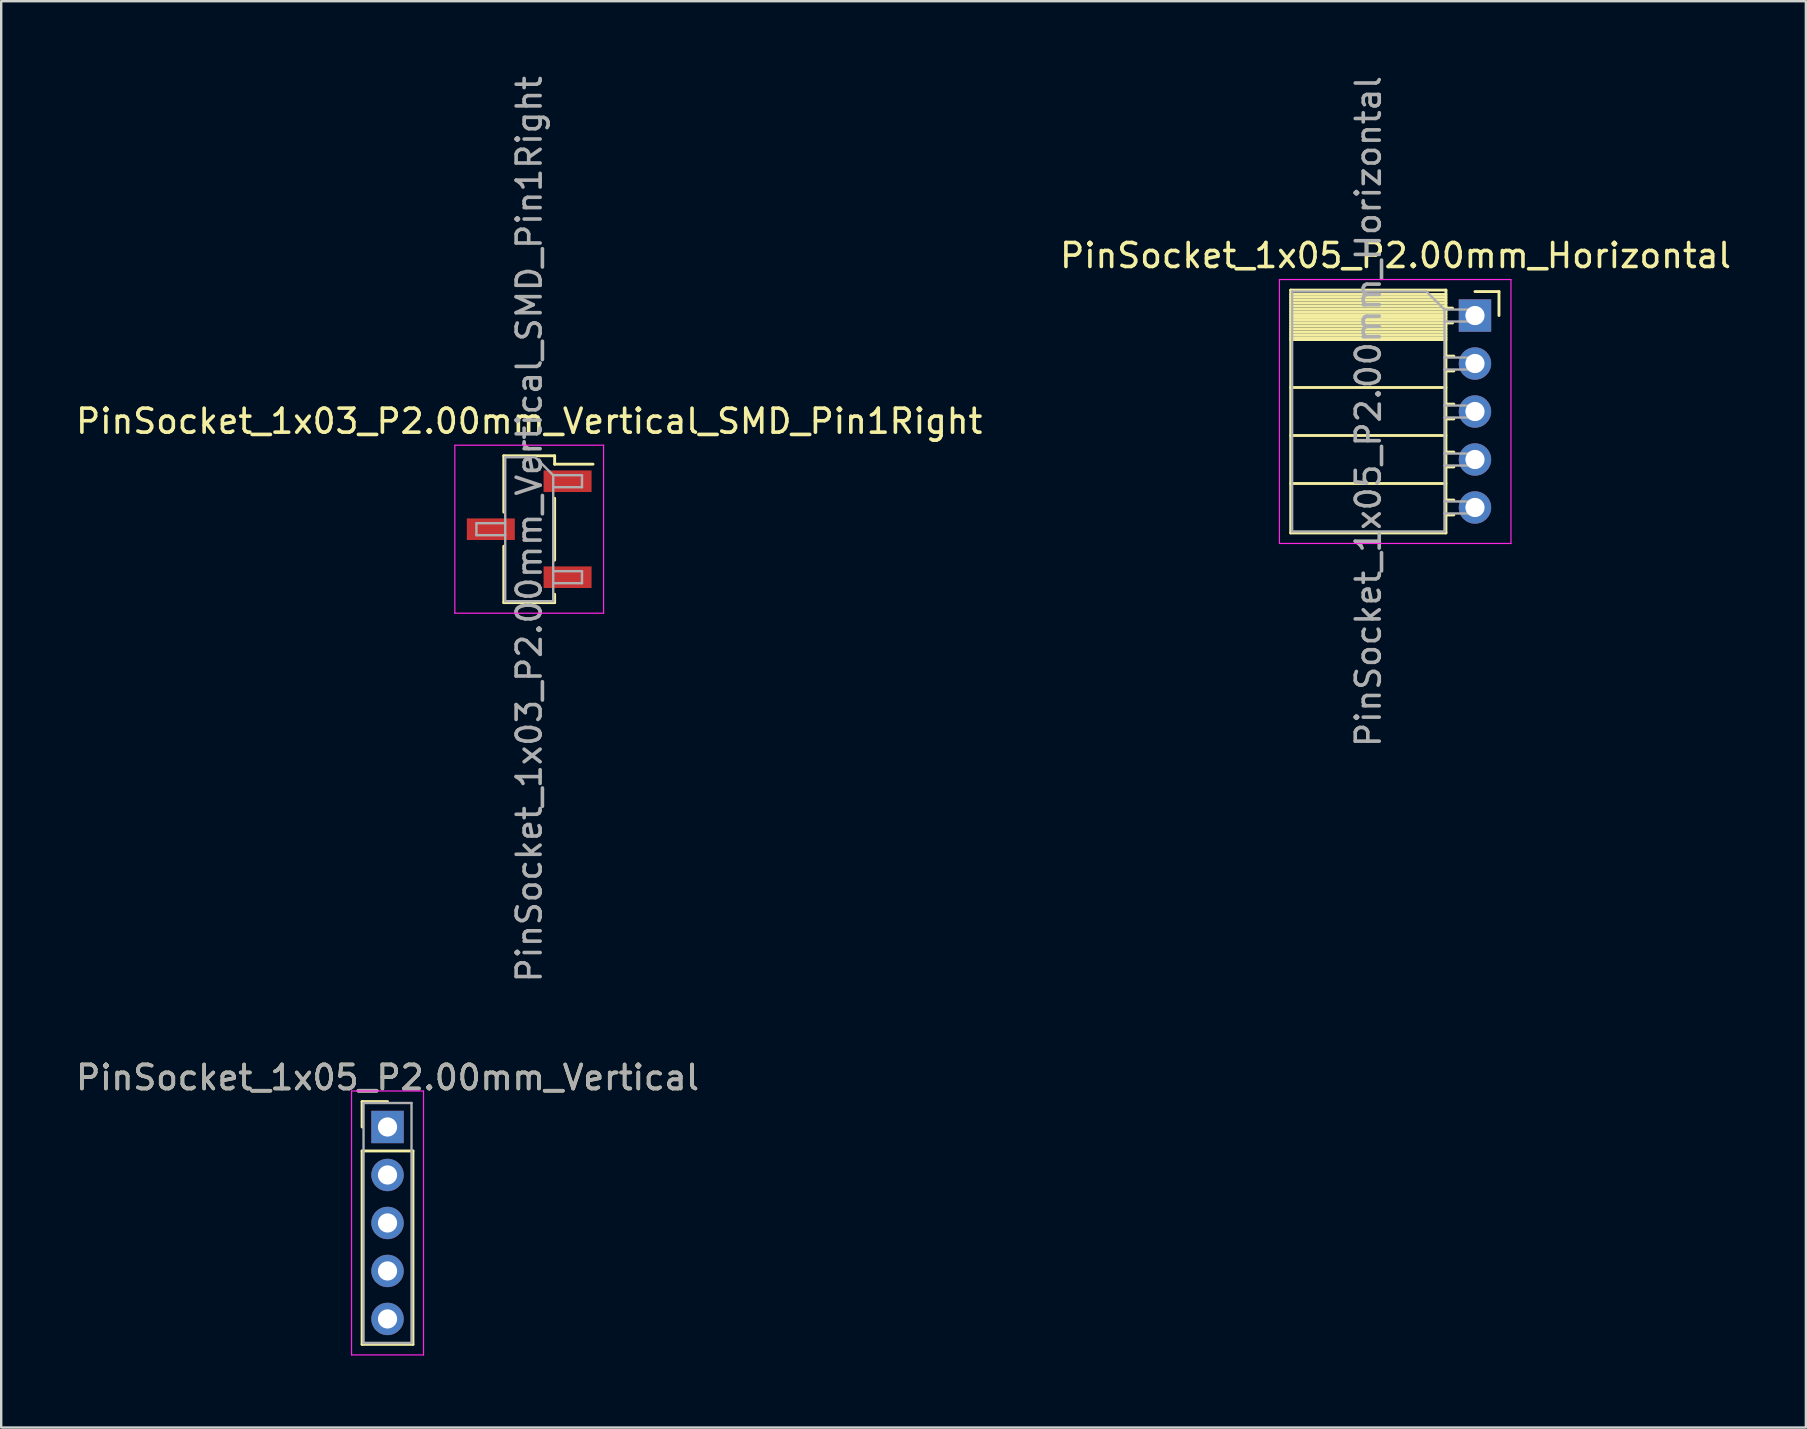
<source format=kicad_pcb>
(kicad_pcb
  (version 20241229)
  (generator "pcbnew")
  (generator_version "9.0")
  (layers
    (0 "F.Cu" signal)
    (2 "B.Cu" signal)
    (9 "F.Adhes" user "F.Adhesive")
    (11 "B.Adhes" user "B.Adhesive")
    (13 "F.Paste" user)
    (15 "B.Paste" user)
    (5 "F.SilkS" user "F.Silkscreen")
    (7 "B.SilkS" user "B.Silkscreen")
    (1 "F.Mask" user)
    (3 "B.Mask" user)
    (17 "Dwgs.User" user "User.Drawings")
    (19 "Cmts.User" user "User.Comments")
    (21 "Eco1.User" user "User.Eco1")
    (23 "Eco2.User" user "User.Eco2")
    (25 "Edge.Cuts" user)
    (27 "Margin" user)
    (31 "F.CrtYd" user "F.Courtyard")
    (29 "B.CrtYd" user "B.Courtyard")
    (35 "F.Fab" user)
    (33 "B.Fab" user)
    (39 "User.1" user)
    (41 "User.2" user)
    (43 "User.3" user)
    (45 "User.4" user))
  (footprint "PinSocket_1x05_P2.00mm_Horizontal"
    (layer "F.Cu")
    (at 58.423 10.101)
    (property "Reference" "PinSocket_1x05_P2.00mm_Horizontal" (at -3.31 -2.5 0) (layer "F.SilkS") (effects (font (size 1 1) (thickness 0.15))))
    (attr through_hole)
    (fp_line (start -7.68 -1.06) (end -7.68 9.06) (stroke (width 0.12) (type solid)) (layer "F.SilkS"))
    (fp_line (start -7.68 -1.06) (end -1.21 -1.06) (stroke (width 0.12) (type solid)) (layer "F.SilkS"))
    (fp_line (start -7.68 -0.88) (end -1.21 -0.88) (stroke (width 0.12) (type solid)) (layer "F.SilkS"))
    (fp_line (start -7.68 -0.76) (end -1.21 -0.76) (stroke (width 0.12) (type solid)) (layer "F.SilkS"))
    (fp_line (start -7.68 -0.64) (end -1.21 -0.64) (stroke (width 0.12) (type solid)) (layer "F.SilkS"))
    (fp_line (start -7.68 -0.52) (end -1.21 -0.52) (stroke (width 0.12) (type solid)) (layer "F.SilkS"))
    (fp_line (start -7.68 -0.4) (end -1.21 -0.4) (stroke (width 0.12) (type solid)) (layer "F.SilkS"))
    (fp_line (start -7.68 -0.28) (end -1.21 -0.28) (stroke (width 0.12) (type solid)) (layer "F.SilkS"))
    (fp_line (start -7.68 -0.16) (end -1.21 -0.16) (stroke (width 0.12) (type solid)) (layer "F.SilkS"))
    (fp_line (start -7.68 -0.04) (end -1.21 -0.04) (stroke (width 0.12) (type solid)) (layer "F.SilkS"))
    (fp_line (start -7.68 0.08) (end -1.21 0.08) (stroke (width 0.12) (type solid)) (layer "F.SilkS"))
    (fp_line (start -7.68 0.2) (end -1.21 0.2) (stroke (width 0.12) (type solid)) (layer "F.SilkS"))
    (fp_line (start -7.68 0.32) (end -1.21 0.32) (stroke (width 0.12) (type solid)) (layer "F.SilkS"))
    (fp_line (start -7.68 0.44) (end -1.21 0.44) (stroke (width 0.12) (type solid)) (layer "F.SilkS"))
    (fp_line (start -7.68 0.56) (end -1.21 0.56) (stroke (width 0.12) (type solid)) (layer "F.SilkS"))
    (fp_line (start -7.68 0.68) (end -1.21 0.68) (stroke (width 0.12) (type solid)) (layer "F.SilkS"))
    (fp_line (start -7.68 0.8) (end -1.21 0.8) (stroke (width 0.12) (type solid)) (layer "F.SilkS"))
    (fp_line (start -7.68 0.92) (end -1.21 0.92) (stroke (width 0.12) (type solid)) (layer "F.SilkS"))
    (fp_line (start -7.68 1) (end -1.21 1) (stroke (width 0.12) (type solid)) (layer "F.SilkS"))
    (fp_line (start -7.68 3) (end -1.21 3) (stroke (width 0.12) (type solid)) (layer "F.SilkS"))
    (fp_line (start -7.68 5) (end -1.21 5) (stroke (width 0.12) (type solid)) (layer "F.SilkS"))
    (fp_line (start -7.68 7) (end -1.21 7) (stroke (width 0.12) (type solid)) (layer "F.SilkS"))
    (fp_line (start -7.68 9.06) (end -1.21 9.06) (stroke (width 0.12) (type solid)) (layer "F.SilkS"))
    (fp_line (start -1.21 -1.06) (end -1.21 9.06) (stroke (width 0.12) (type solid)) (layer "F.SilkS"))
    (fp_line (start -1.21 -0.31) (end -0.935 -0.31) (stroke (width 0.12) (type solid)) (layer "F.SilkS"))
    (fp_line (start -1.21 0.31) (end -0.935 0.31) (stroke (width 0.12) (type solid)) (layer "F.SilkS"))
    (fp_line (start -1.21 1.69) (end -0.882 1.69) (stroke (width 0.12) (type solid)) (layer "F.SilkS"))
    (fp_line (start -1.21 2.31) (end -0.882 2.31) (stroke (width 0.12) (type solid)) (layer "F.SilkS"))
    (fp_line (start -1.21 3.69) (end -0.882 3.69) (stroke (width 0.12) (type solid)) (layer "F.SilkS"))
    (fp_line (start -1.21 4.31) (end -0.882 4.31) (stroke (width 0.12) (type solid)) (layer "F.SilkS"))
    (fp_line (start -1.21 5.69) (end -0.882 5.69) (stroke (width 0.12) (type solid)) (layer "F.SilkS"))
    (fp_line (start -1.21 6.31) (end -0.882 6.31) (stroke (width 0.12) (type solid)) (layer "F.SilkS"))
    (fp_line (start -1.21 7.69) (end -0.882 7.69) (stroke (width 0.12) (type solid)) (layer "F.SilkS"))
    (fp_line (start -1.21 8.31) (end -0.882 8.31) (stroke (width 0.12) (type solid)) (layer "F.SilkS"))
    (fp_line (start 0 -1) (end 1 -1) (stroke (width 0.12) (type solid)) (layer "F.SilkS"))
    (fp_line (start 1 -1) (end 1 0) (stroke (width 0.12) (type solid)) (layer "F.SilkS"))
    (fp_line (start -8.15 -1.5) (end -8.15 9.5) (stroke (width 0.05) (type solid)) (layer "F.CrtYd"))
    (fp_line (start -8.15 9.5) (end 1.5 9.5) (stroke (width 0.05) (type solid)) (layer "F.CrtYd"))
    (fp_line (start 1.5 -1.5) (end -8.15 -1.5) (stroke (width 0.05) (type solid)) (layer "F.CrtYd"))
    (fp_line (start 1.5 9.5) (end 1.5 -1.5) (stroke (width 0.05) (type solid)) (layer "F.CrtYd"))
    (fp_line (start -7.62 -1) (end -2.02 -1) (stroke (width 0.1) (type solid)) (layer "F.Fab"))
    (fp_line (start -7.62 9) (end -7.62 -1) (stroke (width 0.1) (type solid)) (layer "F.Fab"))
    (fp_line (start -2.02 -1) (end -1.27 -0.25) (stroke (width 0.1) (type solid)) (layer "F.Fab"))
    (fp_line (start -1.27 -0.25) (end -1.27 9) (stroke (width 0.1) (type solid)) (layer "F.Fab"))
    (fp_line (start -1.27 0.25) (end 0 0.25) (stroke (width 0.1) (type solid)) (layer "F.Fab"))
    (fp_line (start -1.27 2.25) (end 0 2.25) (stroke (width 0.1) (type solid)) (layer "F.Fab"))
    (fp_line (start -1.27 4.25) (end 0 4.25) (stroke (width 0.1) (type solid)) (layer "F.Fab"))
    (fp_line (start -1.27 6.25) (end 0 6.25) (stroke (width 0.1) (type solid)) (layer "F.Fab"))
    (fp_line (start -1.27 8.25) (end 0 8.25) (stroke (width 0.1) (type solid)) (layer "F.Fab"))
    (fp_line (start -1.27 9) (end -7.62 9) (stroke (width 0.1) (type solid)) (layer "F.Fab"))
    (fp_line (start 0 -0.25) (end -1.27 -0.25) (stroke (width 0.1) (type solid)) (layer "F.Fab"))
    (fp_line (start 0 0.25) (end 0 -0.25) (stroke (width 0.1) (type solid)) (layer "F.Fab"))
    (fp_line (start 0 1.75) (end -1.27 1.75) (stroke (width 0.1) (type solid)) (layer "F.Fab"))
    (fp_line (start 0 2.25) (end 0 1.75) (stroke (width 0.1) (type solid)) (layer "F.Fab"))
    (fp_line (start 0 3.75) (end -1.27 3.75) (stroke (width 0.1) (type solid)) (layer "F.Fab"))
    (fp_line (start 0 4.25) (end 0 3.75) (stroke (width 0.1) (type solid)) (layer "F.Fab"))
    (fp_line (start 0 5.75) (end -1.27 5.75) (stroke (width 0.1) (type solid)) (layer "F.Fab"))
    (fp_line (start 0 6.25) (end 0 5.75) (stroke (width 0.1) (type solid)) (layer "F.Fab"))
    (fp_line (start 0 7.75) (end -1.27 7.75) (stroke (width 0.1) (type solid)) (layer "F.Fab"))
    (fp_line (start 0 8.25) (end 0 7.75) (stroke (width 0.1) (type solid)) (layer "F.Fab"))
    (fp_text user "${REFERENCE}" (at -4.445 4 90) (layer "F.Fab") (effects (font (size 1 1) (thickness 0.15))))
    (pad "1" thru_hole rect (at 0 0) (size 1.35 1.35) (drill 0.8) (layers "*.Cu" "*.Mask"))
    (pad "2" thru_hole oval (at 0 2) (size 1.35 1.35) (drill 0.8) (layers "*.Cu" "*.Mask"))
    (pad "3" thru_hole oval (at 0 4) (size 1.35 1.35) (drill 0.8) (layers "*.Cu" "*.Mask"))
    (pad "4" thru_hole oval (at 0 6) (size 1.35 1.35) (drill 0.8) (layers "*.Cu" "*.Mask"))
    (pad "5" thru_hole oval (at 0 8) (size 1.35 1.35) (drill 0.8) (layers "*.Cu" "*.Mask")))
  (footprint "PinSocket_1x05_P2.00mm_Vertical"
    (layer "F.Cu")
    (at 13.101 43.92)
    (property "Reference" "PinSocket_1x05_P2.00mm_Vertical" (at 0 -2.06 0) (layer "F.SilkS") (effects (font (size 1 1) (thickness 0.15))))
    (attr through_hole)
    (fp_line (start -1.06 -1.06) (end 0 -1.06) (stroke (width 0.12) (type solid)) (layer "F.SilkS"))
    (fp_line (start -1.06 0) (end -1.06 -1.06) (stroke (width 0.12) (type solid)) (layer "F.SilkS"))
    (fp_line (start -1.06 1) (end -1.06 9.06) (stroke (width 0.12) (type solid)) (layer "F.SilkS"))
    (fp_line (start -1.06 9.06) (end 1.06 9.06) (stroke (width 0.12) (type solid)) (layer "F.SilkS"))
    (fp_line (start 1.06 1) (end -1.06 1) (stroke (width 0.12) (type solid)) (layer "F.SilkS"))
    (fp_line (start 1.06 9.06) (end 1.06 1) (stroke (width 0.12) (type solid)) (layer "F.SilkS"))
    (fp_line (start -1.5 -1.5) (end -1.5 9.5) (stroke (width 0.05) (type solid)) (layer "F.CrtYd"))
    (fp_line (start -1.5 9.5) (end 1.5 9.5) (stroke (width 0.05) (type solid)) (layer "F.CrtYd"))
    (fp_line (start 1.5 -1.5) (end -1.5 -1.5) (stroke (width 0.05) (type solid)) (layer "F.CrtYd"))
    (fp_line (start 1.5 9.5) (end 1.5 -1.5) (stroke (width 0.05) (type solid)) (layer "F.CrtYd"))
    (fp_line (start -1 -1) (end -1 9) (stroke (width 0.1) (type solid)) (layer "F.Fab"))
    (fp_line (start -1 9) (end 1 9) (stroke (width 0.1) (type solid)) (layer "F.Fab"))
    (fp_line (start 1 -1) (end -1 -1) (stroke (width 0.1) (type solid)) (layer "F.Fab"))
    (fp_line (start 1 9) (end 1 -1) (stroke (width 0.1) (type solid)) (layer "F.Fab"))
    (fp_text user "${REFERENCE}" (at 0 -2.06 0) (layer "F.Fab") (effects (font (size 1 1) (thickness 0.15))))
    (pad "1" thru_hole rect (at 0 0) (size 1.35 1.35) (drill 0.8) (layers "*.Cu" "*.Mask"))
    (pad "2" thru_hole oval (at 0 2) (size 1.35 1.35) (drill 0.8) (layers "*.Cu" "*.Mask"))
    (pad "3" thru_hole oval (at 0 4) (size 1.35 1.35) (drill 0.8) (layers "*.Cu" "*.Mask"))
    (pad "4" thru_hole oval (at 0 6) (size 1.35 1.35) (drill 0.8) (layers "*.Cu" "*.Mask"))
    (pad "5" thru_hole oval (at 0 8) (size 1.35 1.35) (drill 0.8) (layers "*.Cu" "*.Mask")))
  (footprint "PinSocket_1x03_P2.00mm_Vertical_SMD_Pin1Right"
    (layer "F.Cu")
    (at 19.006 19.006)
    (property "Reference" "PinSocket_1x03_P2.00mm_Vertical_SMD_Pin1Right" (at 0 -4.5 0) (layer "F.SilkS") (effects (font (size 1 1) (thickness 0.15))))
    (attr smd)
    (fp_line (start -1.06 -3.06) (end -1.06 -0.71) (stroke (width 0.12) (type solid)) (layer "F.SilkS"))
    (fp_line (start -1.06 -3.06) (end 1.06 -3.06) (stroke (width 0.12) (type solid)) (layer "F.SilkS"))
    (fp_line (start -1.06 0.71) (end -1.06 3.06) (stroke (width 0.12) (type solid)) (layer "F.SilkS"))
    (fp_line (start 1.06 -3.06) (end 1.06 -2.71) (stroke (width 0.12) (type solid)) (layer "F.SilkS"))
    (fp_line (start 1.06 -2.71) (end 2.66 -2.71) (stroke (width 0.12) (type solid)) (layer "F.SilkS"))
    (fp_line (start 1.06 -1.29) (end 1.06 1.29) (stroke (width 0.12) (type solid)) (layer "F.SilkS"))
    (fp_line (start 1.06 2.71) (end 1.06 3.06) (stroke (width 0.12) (type solid)) (layer "F.SilkS"))
    (fp_line (start 1.06 3.06) (end -1.06 3.06) (stroke (width 0.12) (type solid)) (layer "F.SilkS"))
    (fp_line (start -3.1 -3.5) (end 3.1 -3.5) (stroke (width 0.05) (type solid)) (layer "F.CrtYd"))
    (fp_line (start -3.1 3.5) (end -3.1 -3.5) (stroke (width 0.05) (type solid)) (layer "F.CrtYd"))
    (fp_line (start 3.1 -3.5) (end 3.1 3.5) (stroke (width 0.05) (type solid)) (layer "F.CrtYd"))
    (fp_line (start 3.1 3.5) (end -3.1 3.5) (stroke (width 0.05) (type solid)) (layer "F.CrtYd"))
    (fp_line (start -2.2 -0.25) (end -1 -0.25) (stroke (width 0.1) (type solid)) (layer "F.Fab"))
    (fp_line (start -2.2 0.25) (end -2.2 -0.25) (stroke (width 0.1) (type solid)) (layer "F.Fab"))
    (fp_line (start -1 -3) (end 0.25 -3) (stroke (width 0.1) (type solid)) (layer "F.Fab"))
    (fp_line (start -1 0.25) (end -2.2 0.25) (stroke (width 0.1) (type solid)) (layer "F.Fab"))
    (fp_line (start -1 3) (end -1 -3) (stroke (width 0.1) (type solid)) (layer "F.Fab"))
    (fp_line (start 0.25 -3) (end 1 -2.25) (stroke (width 0.1) (type solid)) (layer "F.Fab"))
    (fp_line (start 1 -2.25) (end 1 3) (stroke (width 0.1) (type solid)) (layer "F.Fab"))
    (fp_line (start 1 -2.25) (end 2.2 -2.25) (stroke (width 0.1) (type solid)) (layer "F.Fab"))
    (fp_line (start 1 1.75) (end 2.2 1.75) (stroke (width 0.1) (type solid)) (layer "F.Fab"))
    (fp_line (start 1 3) (end -1 3) (stroke (width 0.1) (type solid)) (layer "F.Fab"))
    (fp_line (start 2.2 -2.25) (end 2.2 -1.75) (stroke (width 0.1) (type solid)) (layer "F.Fab"))
    (fp_line (start 2.2 -1.75) (end 1 -1.75) (stroke (width 0.1) (type solid)) (layer "F.Fab"))
    (fp_line (start 2.2 1.75) (end 2.2 2.25) (stroke (width 0.1) (type solid)) (layer "F.Fab"))
    (fp_line (start 2.2 2.25) (end 1 2.25) (stroke (width 0.1) (type solid)) (layer "F.Fab"))
    (fp_text user "${REFERENCE}" (at 0 0 90) (layer "F.Fab") (effects (font (size 1 1) (thickness 0.15))))
    (pad "1" smd rect (at 1.6 -2) (size 2 0.9) (layers "F.Cu" "F.Mask" "F.Paste"))
    (pad "2" smd rect (at -1.6 0) (size 2 0.9) (layers "F.Cu" "F.Mask" "F.Paste"))
    (pad "3" smd rect (at 1.6 2) (size 2 0.9) (layers "F.Cu" "F.Mask" "F.Paste")))
  (gr_rect
    (start -3 -3)
    (end 72.214 56.445)
    (stroke (width 0.1) (type default))
    (fill no)
    (layer "Edge.Cuts")))
</source>
